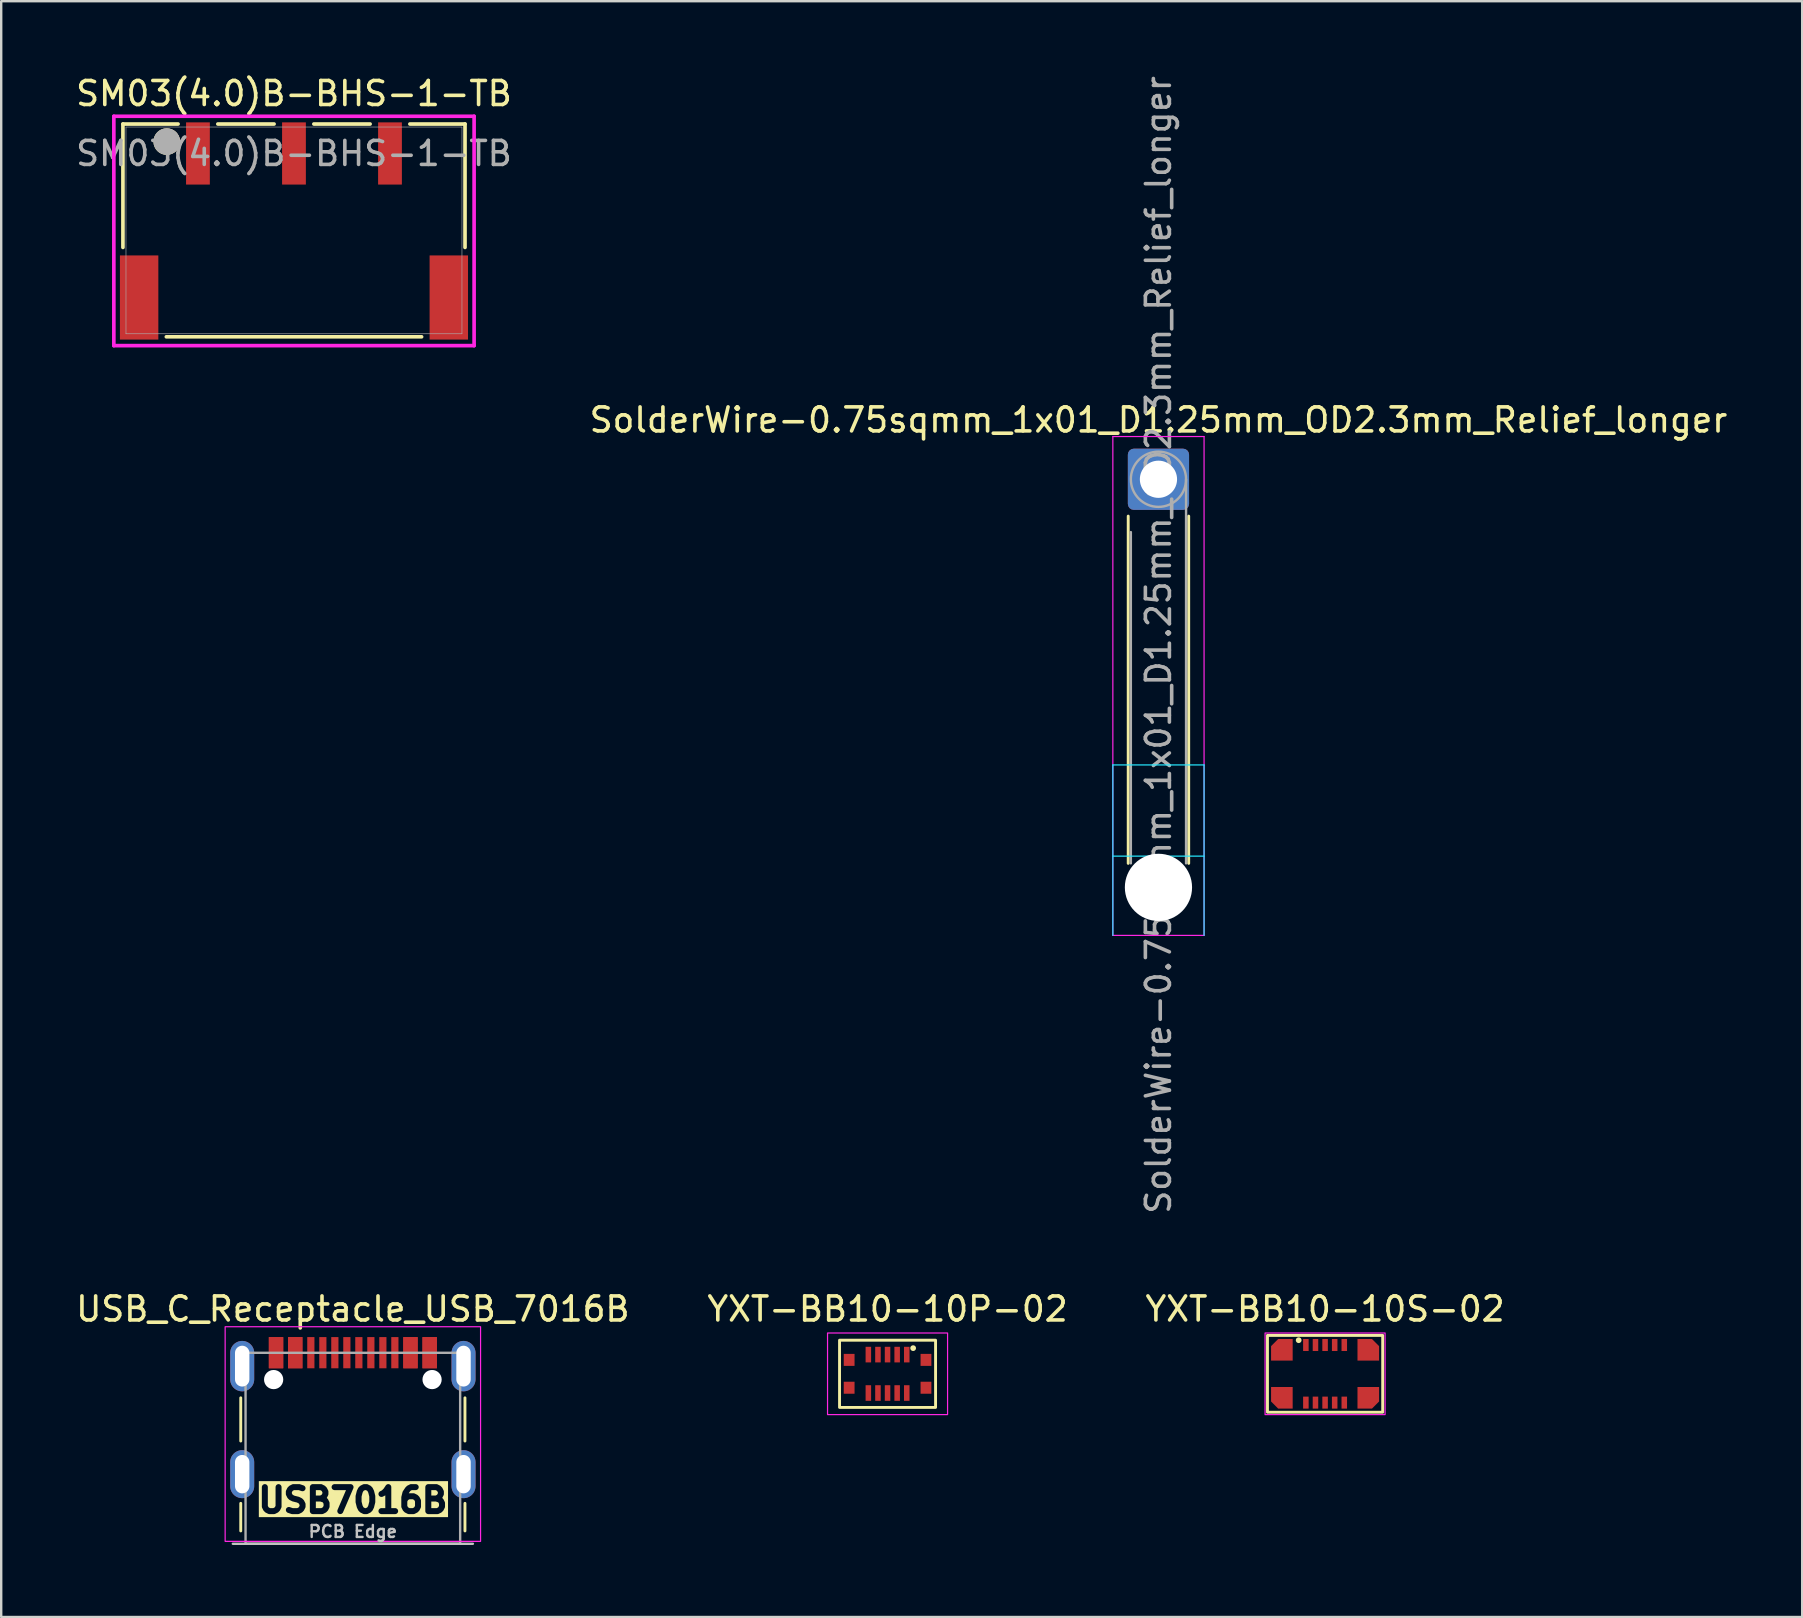
<source format=kicad_pcb>
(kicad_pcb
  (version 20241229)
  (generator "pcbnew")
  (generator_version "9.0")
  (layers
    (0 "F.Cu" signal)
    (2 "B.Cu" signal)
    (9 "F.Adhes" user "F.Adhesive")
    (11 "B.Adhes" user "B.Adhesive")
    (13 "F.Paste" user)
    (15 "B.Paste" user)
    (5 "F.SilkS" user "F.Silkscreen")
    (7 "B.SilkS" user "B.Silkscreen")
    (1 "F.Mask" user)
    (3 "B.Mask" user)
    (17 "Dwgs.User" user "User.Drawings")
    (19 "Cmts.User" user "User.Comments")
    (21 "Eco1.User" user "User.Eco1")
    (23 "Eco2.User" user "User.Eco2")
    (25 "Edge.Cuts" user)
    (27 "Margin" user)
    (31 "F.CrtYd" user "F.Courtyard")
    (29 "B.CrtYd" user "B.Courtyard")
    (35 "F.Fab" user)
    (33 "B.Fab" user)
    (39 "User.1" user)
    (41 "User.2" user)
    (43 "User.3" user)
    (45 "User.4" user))
  (footprint "SM03(4.0)B-BHS-1-TB"
    (layer "F.Cu")
    (at 9.196 6.548)
    (property "Reference" "SM03(4.0)B-BHS-1-TB" (at 0 -5.7 0) (unlocked yes) (layer "F.SilkS") (effects (font (size 1 1) (thickness 0.15))))
    (attr smd)
    (fp_line (start -7.125 -4.432) (end -7.125 0.709) (stroke (width 0.152) (type solid)) (layer "F.SilkS"))
    (fp_line (start -5.317 4.432) (end 5.317 4.432) (stroke (width 0.152) (type solid)) (layer "F.SilkS"))
    (fp_line (start -4.828 -4.432) (end -7.125 -4.432) (stroke (width 0.152) (type solid)) (layer "F.SilkS"))
    (fp_line (start -0.828 -4.432) (end -3.172 -4.432) (stroke (width 0.152) (type solid)) (layer "F.SilkS"))
    (fp_line (start 3.172 -4.432) (end 0.828 -4.432) (stroke (width 0.152) (type solid)) (layer "F.SilkS"))
    (fp_line (start 7.125 -4.432) (end 4.828 -4.432) (stroke (width 0.152) (type solid)) (layer "F.SilkS"))
    (fp_line (start 7.125 0.709) (end 7.125 -4.432) (stroke (width 0.152) (type solid)) (layer "F.SilkS"))
    (fp_circle (center -5.3 -3.7) (end -5 -3.7) (stroke (width 0.508) (type solid)) (fill yes) (layer "F.SilkS"))
    (fp_circle (center -5.281 -3.7) (end -5 -3.7) (stroke (width 0.508) (type solid)) (fill no) (layer "B.SilkS"))
    (fp_line (start -7.504 -4.755) (end -7.504 4.801) (stroke (width 0.152) (type solid)) (layer "F.CrtYd"))
    (fp_line (start -7.504 4.801) (end 7.504 4.801) (stroke (width 0.152) (type solid)) (layer "F.CrtYd"))
    (fp_line (start 7.504 -4.755) (end -7.504 -4.755) (stroke (width 0.152) (type solid)) (layer "F.CrtYd"))
    (fp_line (start 7.504 4.801) (end 7.504 -4.755) (stroke (width 0.152) (type solid)) (layer "F.CrtYd"))
    (fp_line (start -6.998 -4.305) (end -6.998 4.305) (stroke (width 0.025) (type solid)) (layer "F.Fab"))
    (fp_line (start -6.998 4.305) (end 6.998 4.305) (stroke (width 0.025) (type solid)) (layer "F.Fab"))
    (fp_line (start 6.998 -4.305) (end -6.998 -4.305) (stroke (width 0.025) (type solid)) (layer "F.Fab"))
    (fp_line (start 6.998 4.305) (end 6.998 -4.305) (stroke (width 0.025) (type solid)) (layer "F.Fab"))
    (fp_circle (center -5.3 -3.7) (end -5 -3.7) (stroke (width 0.508) (type solid)) (fill no) (layer "F.Fab"))
    (fp_text user "${REFERENCE}" (at 0 -3.205 0) (unlocked yes) (layer "F.Fab") (effects (font (size 1 1) (thickness 0.15))))
    (pad "1" smd rect (at -4 -3.205) (size 0.991 2.591) (layers "F.Cu" "F.Mask" "F.Paste"))
    (pad "2" smd rect (at 0 -3.205) (size 0.991 2.591) (layers "F.Cu" "F.Mask" "F.Paste"))
    (pad "3" smd rect (at 4 -3.205) (size 0.991 2.591) (layers "F.Cu" "F.Mask" "F.Paste"))
    (pad "MP" smd rect (at -6.45 2.795) (size 1.6 3.505) (layers "F.Cu" "F.Mask" "F.Paste"))
    (pad "MP" smd rect (at 6.45 2.795) (size 1.6 3.505) (layers "F.Cu" "F.Mask" "F.Paste")))
  (footprint "USB_C_Receptacle_USB_7016B"
    (layer "F.Cu")
    (at 11.649 52.649)
    (property "Reference" "USB_C_Receptacle_USB_7016B" (at 0 -1.17 0) (unlocked yes) (layer "F.SilkS") (effects (font (size 1 1) (thickness 0.15))))
    (attr smd)
    (fp_line (start -4.67 4.33) (end -4.67 2.53) (stroke (width 0.12) (type solid)) (layer "F.SilkS"))
    (fp_line (start -4.67 6.925) (end -4.67 8.075) (stroke (width 0.12) (type solid)) (layer "F.SilkS"))
    (fp_line (start 4.67 4.33) (end 4.67 2.53) (stroke (width 0.12) (type solid)) (layer "F.SilkS"))
    (fp_line (start 4.67 6.925) (end 4.67 8.075) (stroke (width 0.12) (type solid)) (layer "F.SilkS"))
    (fp_line (start 5 8.61) (end -5 8.61) (stroke (width 0.1) (type solid)) (layer "Dwgs.User"))
    (fp_rect (start -5.32 -0.43) (end 5.32 8.51) (stroke (width 0.05) (type solid)) (fill no) (layer "F.CrtYd"))
    (fp_rect (start -4.47 0.655) (end 4.47 8.605) (stroke (width 0.1) (type solid)) (fill no) (layer "F.Fab"))
    (fp_text user "USB7016B" (at 0 6.8 0) (unlocked yes) (layer "F.SilkS" knockout) (effects (font (size 1 1) (thickness 0.25) (bold yes))))
    (fp_text user "PCB Edge" (at 0 8.1 0) (unlocked yes) (layer "Dwgs.User") (effects (font (size 0.5 0.5) (thickness 0.1))))
    (pad "" np_thru_hole circle (at -3.3 1.77) (size 0.8 0.8) (drill 0.8) (layers "*.Cu" "*.Mask"))
    (pad "" np_thru_hole circle (at 3.3 1.77) (size 0.8 0.8) (drill 0.8) (layers "*.Cu" "*.Mask"))
    (pad "A1" smd rect (at -3.2 0.65) (size 0.6 1.3) (layers "F.Cu" "F.Mask" "F.Paste"))
    (pad "A4" smd rect (at -2.4 0.65) (size 0.6 1.3) (layers "F.Cu" "F.Mask" "F.Paste"))
    (pad "A5" smd rect (at -1.25 0.65) (size 0.3 1.3) (layers "F.Cu" "F.Mask" "F.Paste"))
    (pad "A6" smd rect (at -0.25 0.65) (size 0.3 1.3) (layers "F.Cu" "F.Mask" "F.Paste"))
    (pad "A7" smd rect (at 0.25 0.65) (size 0.3 1.3) (layers "F.Cu" "F.Mask" "F.Paste"))
    (pad "A8" smd rect (at 1.25 0.65) (size 0.3 1.3) (layers "F.Cu" "F.Mask" "F.Paste"))
    (pad "A9" smd rect (at 2.4 0.65) (size 0.6 1.3) (layers "F.Cu" "F.Mask" "F.Paste"))
    (pad "A12" smd rect (at 3.2 0.65) (size 0.6 1.3) (layers "F.Cu" "F.Mask" "F.Paste"))
    (pad "B1" smd rect (at 3.2 0.65) (size 0.6 1.3) (layers "F.Cu" "F.Mask" "F.Paste"))
    (pad "B4" smd rect (at 2.4 0.65) (size 0.6 1.3) (layers "F.Cu" "F.Mask" "F.Paste"))
    (pad "B5" smd rect (at 1.75 0.65) (size 0.3 1.3) (layers "F.Cu" "F.Mask" "F.Paste"))
    (pad "B6" smd rect (at 0.75 0.65) (size 0.3 1.3) (layers "F.Cu" "F.Mask" "F.Paste"))
    (pad "B7" smd rect (at -0.75 0.65) (size 0.3 1.3) (layers "F.Cu" "F.Mask" "F.Paste"))
    (pad "B8" smd rect (at -1.75 0.65) (size 0.3 1.3) (layers "F.Cu" "F.Mask" "F.Paste"))
    (pad "B9" smd rect (at -2.4 0.65) (size 0.6 1.3) (layers "F.Cu" "F.Mask" "F.Paste"))
    (pad "B12" smd rect (at -3.2 0.65) (size 0.6 1.3) (layers "F.Cu" "F.Mask" "F.Paste"))
    (pad "S1" thru_hole oval (at -4.61 1.21) (size 1 2.1) (drill oval 0.6 1.7) (layers "*.Cu" "*.Mask" "F.Paste"))
    (pad "S1" thru_hole oval (at -4.61 5.71) (size 1 2) (drill oval 0.6 1.6) (layers "*.Cu" "*.Mask" "F.Paste"))
    (pad "S1" thru_hole oval (at 4.61 1.21) (size 1 2.1) (drill oval 0.6 1.7) (layers "*.Cu" "*.Mask" "F.Paste"))
    (pad "S1" thru_hole oval (at 4.61 5.71) (size 1 2) (drill oval 0.6 1.6) (layers "*.Cu" "*.Mask" "F.Paste")))
  (footprint "SolderWire-0.75sqmm_1x01_D1.25mm_OD2.3mm_Relief_longer"
    (layer "F.Cu")
    (at 45.208 16.915)
    (property "Reference" "SolderWire-0.75sqmm_1x01_D1.25mm_OD2.3mm_Relief_longer" (at 0 -2.47 180) (layer "F.SilkS") (effects (font (size 1 1) (thickness 0.15))))
    (attr exclude_from_pos_files exclude_from_bom)
    (fp_line (start -1.26 1.535) (end -1.26 16) (stroke (width 0.12) (type solid)) (layer "F.SilkS"))
    (fp_line (start 1.26 1.535) (end 1.26 16) (stroke (width 0.12) (type solid)) (layer "F.SilkS"))
    (fp_line (start -1.9 11.9) (end -1.9 19) (stroke (width 0.05) (type solid)) (layer "B.CrtYd"))
    (fp_line (start -1.9 15.7) (end 1.9 15.7) (stroke (width 0.05) (type solid)) (layer "B.CrtYd"))
    (fp_line (start 1.9 11.9) (end -1.9 11.9) (stroke (width 0.05) (type solid)) (layer "B.CrtYd"))
    (fp_line (start 1.9 19) (end 1.9 11.9) (stroke (width 0.05) (type solid)) (layer "B.CrtYd"))
    (fp_line (start -1.9 -1.78) (end -1.9 19) (stroke (width 0.05) (type solid)) (layer "F.CrtYd"))
    (fp_line (start -1.9 19) (end 1.9 19) (stroke (width 0.05) (type solid)) (layer "F.CrtYd"))
    (fp_line (start 1.9 -1.78) (end -1.9 -1.78) (stroke (width 0.05) (type solid)) (layer "F.CrtYd"))
    (fp_line (start 1.9 19) (end 1.9 -1.78) (stroke (width 0.05) (type solid)) (layer "F.CrtYd"))
    (fp_line (start -1.15 2.2) (end -1.15 16) (stroke (width 0.1) (type solid)) (layer "F.Fab"))
    (fp_line (start 1.15 0) (end 1.15 16) (stroke (width 0.1) (type solid)) (layer "F.Fab"))
    (fp_circle (center 0 0) (end 1.15 0) (stroke (width 0.1) (type solid)) (fill no) (layer "F.Fab"))
    (fp_circle (center 0 17) (end 1.15 17) (stroke (width 0.1) (type solid)) (fill no) (layer "F.Fab"))
    (fp_text user "${REFERENCE}" (at 0 6.9 270) (layer "F.Fab") (effects (font (size 1 1) (thickness 0.15))))
    (pad "" np_thru_hole circle (at 0 17) (size 2.8 2.8) (drill 2.8) (layers "*.Cu" "*.Mask"))
    (pad "1" thru_hole roundrect (at 0 0) (size 2.55 2.55) (drill 1.55) (layers "*.Cu" "*.Mask") (roundrect_rratio 0.098)))
  (footprint "YXT-BB10-10P-02"
    (layer "F.Cu")
    (at 33.923 54.179)
    (property "Reference" "YXT-BB10-10P-02" (at 0 -2.7 0) (layer "F.SilkS") (effects (font (size 1 1) (thickness 0.15))))
    (attr smd)
    (fp_rect (start -2 -1.4) (end 2 1.4) (stroke (width 0.12) (type solid)) (fill no) (layer "F.SilkS"))
    (fp_circle (center 1.066 -1.069) (end 1.126 -1.069) (stroke (width 0.12) (type solid)) (fill no) (layer "F.SilkS"))
    (fp_rect (start 2.5 1.7) (end -2.5 -1.7) (stroke (width 0.05) (type solid)) (fill no) (layer "F.CrtYd"))
    (pad "1" smd rect (at 0.8 -0.8) (size 0.23 0.65) (layers "F.Cu" "F.Mask" "F.Paste"))
    (pad "2" smd rect (at 0.8 0.8) (size 0.23 0.65) (layers "F.Cu" "F.Mask" "F.Paste"))
    (pad "3" smd rect (at 0.4 -0.8) (size 0.23 0.65) (layers "F.Cu" "F.Mask" "F.Paste"))
    (pad "4" smd rect (at 0.4 0.8) (size 0.23 0.65) (layers "F.Cu" "F.Mask" "F.Paste"))
    (pad "5" smd rect (at 0 -0.8) (size 0.23 0.65) (layers "F.Cu" "F.Mask" "F.Paste"))
    (pad "6" smd rect (at 0 0.8) (size 0.23 0.65) (layers "F.Cu" "F.Mask" "F.Paste"))
    (pad "7" smd rect (at -0.4 -0.8) (size 0.23 0.65) (layers "F.Cu" "F.Mask" "F.Paste"))
    (pad "8" smd rect (at -0.4 0.8) (size 0.23 0.65) (layers "F.Cu" "F.Mask" "F.Paste"))
    (pad "9" smd rect (at -0.8 -0.8) (size 0.23 0.65) (layers "F.Cu" "F.Mask" "F.Paste"))
    (pad "10" smd rect (at -0.8 0.8) (size 0.23 0.65) (layers "F.Cu" "F.Mask" "F.Paste"))
    (pad "MP" smd rect (at -1.6 -0.58) (size 0.45 0.5) (layers "F.Cu" "F.Mask" "F.Paste"))
    (pad "MP" smd rect (at -1.6 0.58 180) (size 0.45 0.5) (layers "F.Cu" "F.Mask" "F.Paste"))
    (pad "MP" smd rect (at 1.6 -0.58) (size 0.45 0.5) (layers "F.Cu" "F.Mask" "F.Paste"))
    (pad "MP" smd rect (at 1.6 0.58 180) (size 0.45 0.5) (layers "F.Cu" "F.Mask" "F.Paste")))
  (footprint "YXT-BB10-10S-02"
    (layer "F.Cu")
    (at 52.149 54.179)
    (property "Reference" "YXT-BB10-10S-02" (at 0 -2.7 0) (layer "F.SilkS") (effects (font (size 1 1) (thickness 0.15))))
    (attr smd)
    (fp_rect (start -2.4 -1.6) (end 2.4 1.6) (stroke (width 0.12) (type solid)) (fill no) (layer "F.SilkS"))
    (fp_circle (center -1.1 -1.4) (end -1.04 -1.4) (stroke (width 0.12) (type solid)) (fill no) (layer "F.SilkS"))
    (fp_rect (start 2.5 1.7) (end -2.5 -1.7) (stroke (width 0.05) (type solid)) (fill no) (layer "F.CrtYd"))
    (pad "1" smd rect (at -0.8 -1.2) (size 0.23 0.5) (layers "F.Cu" "F.Mask" "F.Paste"))
    (pad "2" smd rect (at -0.8 1.2) (size 0.23 0.5) (layers "F.Cu" "F.Mask" "F.Paste"))
    (pad "3" smd rect (at -0.4 -1.2) (size 0.23 0.5) (layers "F.Cu" "F.Mask" "F.Paste"))
    (pad "4" smd rect (at -0.4 1.2) (size 0.23 0.5) (layers "F.Cu" "F.Mask" "F.Paste"))
    (pad "5" smd rect (at 0 -1.2) (size 0.23 0.5) (layers "F.Cu" "F.Mask" "F.Paste"))
    (pad "6" smd rect (at 0 1.2) (size 0.23 0.5) (layers "F.Cu" "F.Mask" "F.Paste"))
    (pad "7" smd rect (at 0.4 -1.2) (size 0.23 0.5) (layers "F.Cu" "F.Mask" "F.Paste"))
    (pad "8" smd rect (at 0.4 1.2) (size 0.23 0.5) (layers "F.Cu" "F.Mask" "F.Paste"))
    (pad "9" smd rect (at 0.8 -1.2) (size 0.23 0.5) (layers "F.Cu" "F.Mask" "F.Paste"))
    (pad "10" smd rect (at 0.8 1.2) (size 0.23 0.5) (layers "F.Cu" "F.Mask" "F.Paste"))
    (pad "MP" smd roundrect (at -1.8 -1) (size 0.9 0.9) (layers "F.Cu" "F.Mask" "F.Paste") (roundrect_rratio 0) (chamfer_ratio 0.33) (chamfer top_left))
    (pad "MP" smd roundrect (at -1.8 1 90) (size 0.9 0.9) (layers "F.Cu" "F.Mask" "F.Paste") (roundrect_rratio 0) (chamfer_ratio 0.33) (chamfer top_left))
    (pad "MP" smd roundrect (at 1.8 -1 270) (size 0.9 0.9) (layers "F.Cu" "F.Mask" "F.Paste") (roundrect_rratio 0) (chamfer_ratio 0.33) (chamfer top_left))
    (pad "MP" smd roundrect (at 1.8 1 180) (size 0.9 0.9) (layers "F.Cu" "F.Mask" "F.Paste") (roundrect_rratio 0) (chamfer_ratio 0.33) (chamfer top_left)))
  (gr_rect
    (start -3 -3)
    (end 72.024 64.309)
    (stroke (width 0.1) (type default))
    (fill no)
    (layer "Edge.Cuts")))
</source>
